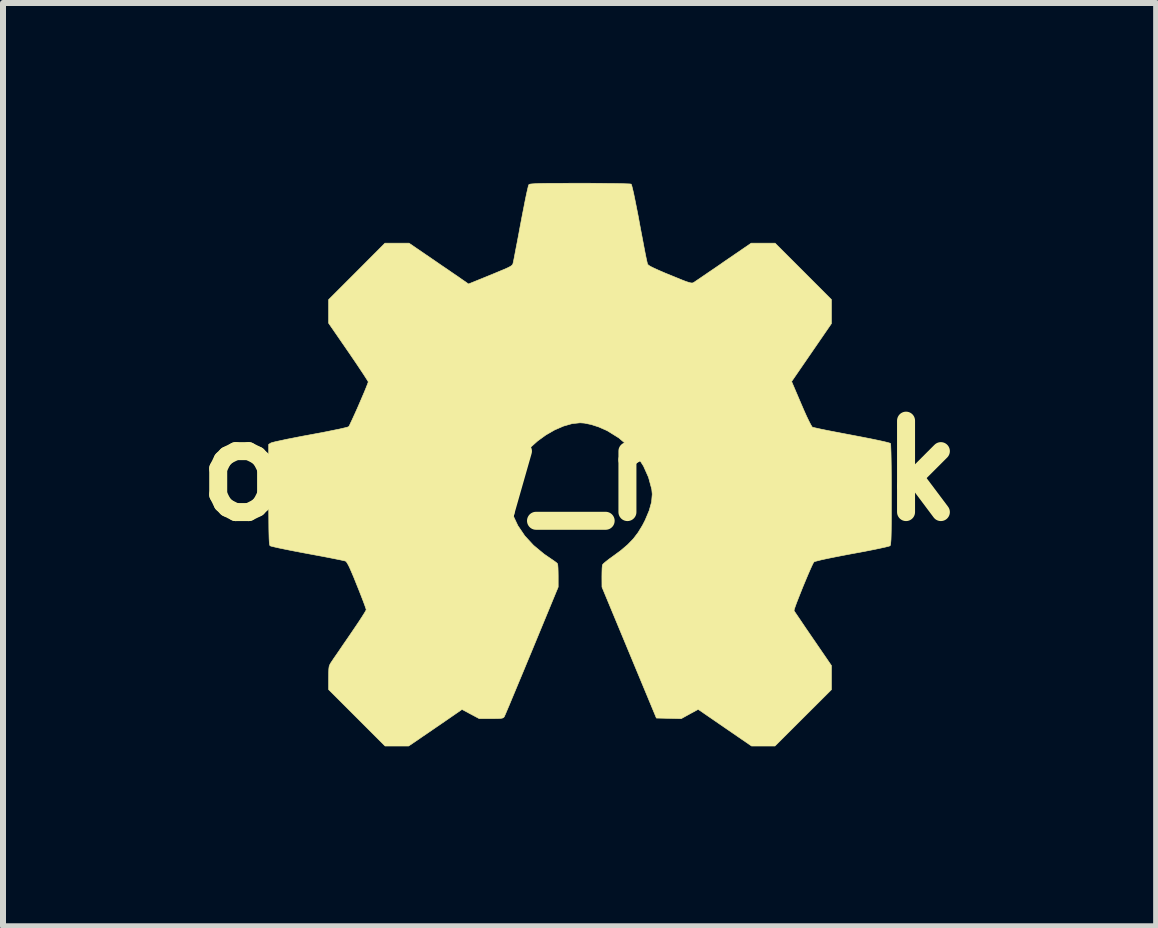
<source format=kicad_pcb>
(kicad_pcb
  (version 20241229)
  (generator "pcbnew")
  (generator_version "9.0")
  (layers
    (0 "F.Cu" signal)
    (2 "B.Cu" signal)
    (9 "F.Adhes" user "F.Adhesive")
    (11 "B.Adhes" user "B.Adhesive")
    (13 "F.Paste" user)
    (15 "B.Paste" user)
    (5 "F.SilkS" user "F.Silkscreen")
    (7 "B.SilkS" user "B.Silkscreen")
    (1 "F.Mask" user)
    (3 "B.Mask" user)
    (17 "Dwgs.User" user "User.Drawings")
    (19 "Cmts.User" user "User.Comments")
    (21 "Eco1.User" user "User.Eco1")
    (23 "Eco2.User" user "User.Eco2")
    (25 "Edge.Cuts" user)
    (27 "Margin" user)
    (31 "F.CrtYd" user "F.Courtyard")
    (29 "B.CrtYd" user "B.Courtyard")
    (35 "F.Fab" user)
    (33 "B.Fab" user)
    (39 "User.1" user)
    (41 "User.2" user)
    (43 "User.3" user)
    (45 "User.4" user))
  (footprint "oshw_mask"
    (layer "F.Cu")
    (at 6.611 4.797)
    (property "Reference" "oshw_mask" (at 0 0 0) (layer "F.SilkS") (effects (font (size 1.524 1.524) (thickness 0.3))))
    (attr through_hole)
    (fp_poly (pts (xy 0.171 -4.792) (xy 0.327 -4.791) (xy 0.468 -4.789) (xy 0.593 -4.788) (xy 0.698 -4.786) (xy 0.78 -4.783) (xy 0.835 -4.781) (xy 0.859 -4.778) (xy 0.86 -4.778) (xy 0.869 -4.758) (xy 0.882 -4.707) (xy 0.901 -4.627) (xy 0.923 -4.52) (xy 0.949 -4.39) (xy 0.979 -4.238) (xy 1 -4.122) (xy 1.027 -3.978) (xy 1.053 -3.843) (xy 1.076 -3.721) (xy 1.096 -3.617) (xy 1.113 -3.534) (xy 1.126 -3.476) (xy 1.133 -3.446) (xy 1.134 -3.444) (xy 1.148 -3.428) (xy 1.182 -3.406) (xy 1.239 -3.378) (xy 1.32 -3.341) (xy 1.429 -3.294) (xy 1.508 -3.262) (xy 1.623 -3.215) (xy 1.711 -3.179) (xy 1.776 -3.154) (xy 1.823 -3.139) (xy 1.855 -3.131) (xy 1.877 -3.129) (xy 1.894 -3.133) (xy 1.909 -3.142) (xy 1.911 -3.143) (xy 1.936 -3.16) (xy 1.985 -3.193) (xy 2.054 -3.24) (xy 2.14 -3.299) (xy 2.239 -3.366) (xy 2.347 -3.44) (xy 2.408 -3.483) (xy 2.861 -3.793) (xy 3.26 -3.793) (xy 3.73 -3.323) (xy 4.199 -2.853) (xy 4.199 -2.453) (xy 3.867 -1.97) (xy 3.535 -1.487) (xy 3.694 -1.115) (xy 3.741 -1.006) (xy 3.784 -0.91) (xy 3.823 -0.829) (xy 3.854 -0.769) (xy 3.875 -0.734) (xy 3.882 -0.726) (xy 3.905 -0.72) (xy 3.957 -0.708) (xy 4.035 -0.691) (xy 4.134 -0.671) (xy 4.252 -0.648) (xy 4.383 -0.623) (xy 4.525 -0.596) (xy 4.541 -0.593) (xy 4.703 -0.562) (xy 4.846 -0.534) (xy 4.967 -0.509) (xy 5.064 -0.488) (xy 5.134 -0.471) (xy 5.175 -0.459) (xy 5.184 -0.454) (xy 5.187 -0.433) (xy 5.189 -0.381) (xy 5.192 -0.303) (xy 5.194 -0.201) (xy 5.196 -0.078) (xy 5.197 0.062) (xy 5.198 0.216) (xy 5.198 0.38) (xy 5.198 0.4) (xy 5.198 0.594) (xy 5.198 0.756) (xy 5.197 0.89) (xy 5.196 0.999) (xy 5.194 1.083) (xy 5.192 1.148) (xy 5.188 1.194) (xy 5.185 1.225) (xy 5.18 1.244) (xy 5.175 1.252) (xy 5.153 1.259) (xy 5.102 1.272) (xy 5.025 1.289) (xy 4.927 1.31) (xy 4.811 1.333) (xy 4.681 1.358) (xy 4.544 1.383) (xy 4.391 1.412) (xy 4.253 1.439) (xy 4.134 1.463) (xy 4.037 1.484) (xy 3.965 1.502) (xy 3.921 1.514) (xy 3.909 1.52) (xy 3.895 1.541) (xy 3.872 1.588) (xy 3.842 1.655) (xy 3.806 1.738) (xy 3.767 1.831) (xy 3.726 1.929) (xy 3.687 2.027) (xy 3.65 2.12) (xy 3.618 2.202) (xy 3.594 2.268) (xy 3.579 2.314) (xy 3.576 2.333) (xy 3.586 2.35) (xy 3.614 2.391) (xy 3.656 2.453) (xy 3.71 2.533) (xy 3.774 2.628) (xy 3.846 2.733) (xy 3.89 2.797) (xy 4.199 3.248) (xy 4.199 3.65) (xy 3.258 4.589) (xy 2.867 4.589) (xy 2.423 4.284) (xy 1.978 3.978) (xy 1.836 4.055) (xy 1.695 4.133) (xy 1.488 4.128) (xy 1.281 4.123) (xy 0.374 1.939) (xy 0.373 1.767) (xy 0.374 1.691) (xy 0.376 1.627) (xy 0.38 1.582) (xy 0.383 1.568) (xy 0.4 1.548) (xy 0.44 1.514) (xy 0.495 1.471) (xy 0.548 1.433) (xy 0.688 1.33) (xy 0.802 1.233) (xy 0.896 1.136) (xy 0.976 1.031) (xy 1.048 0.913) (xy 1.094 0.824) (xy 1.161 0.665) (xy 1.201 0.521) (xy 1.212 0.391) (xy 1.204 0.309) (xy 1.15 0.11) (xy 1.066 -0.078) (xy 0.954 -0.253) (xy 0.816 -0.41) (xy 0.655 -0.547) (xy 0.472 -0.661) (xy 0.449 -0.673) (xy 0.322 -0.729) (xy 0.196 -0.77) (xy 0.079 -0.794) (xy 0.008 -0.799) (xy -0.124 -0.785) (xy -0.267 -0.744) (xy -0.415 -0.68) (xy -0.561 -0.596) (xy -0.699 -0.496) (xy -0.825 -0.383) (xy -0.903 -0.296) (xy -0.977 -0.189) (xy -1.049 -0.061) (xy -1.111 0.076) (xy -1.159 0.21) (xy -1.17 0.252) (xy -1.188 0.34) (xy -1.194 0.421) (xy -1.186 0.503) (xy -1.163 0.594) (xy -1.126 0.704) (xy -1.115 0.731) (xy -1.028 0.916) (xy -0.912 1.087) (xy -0.767 1.244) (xy -0.592 1.389) (xy -0.474 1.47) (xy -0.424 1.504) (xy -0.386 1.532) (xy -0.369 1.548) (xy -0.363 1.572) (xy -0.359 1.621) (xy -0.357 1.689) (xy -0.356 1.753) (xy -0.356 1.939) (xy -0.795 3.002) (xy -0.87 3.182) (xy -0.941 3.354) (xy -1.008 3.514) (xy -1.069 3.661) (xy -1.123 3.79) (xy -1.169 3.901) (xy -1.207 3.99) (xy -1.234 4.054) (xy -1.25 4.09) (xy -1.253 4.098) (xy -1.264 4.112) (xy -1.281 4.122) (xy -1.311 4.128) (xy -1.36 4.131) (xy -1.435 4.132) (xy -1.472 4.132) (xy -1.673 4.132) (xy -1.816 4.056) (xy -1.959 3.979) (xy -2.237 4.171) (xy -2.336 4.239) (xy -2.44 4.31) (xy -2.539 4.378) (xy -2.626 4.437) (xy -2.682 4.476) (xy -2.849 4.589) (xy -3.242 4.589) (xy -3.712 4.119) (xy -4.183 3.648) (xy -4.183 3.452) (xy -4.182 3.367) (xy -4.18 3.308) (xy -4.175 3.267) (xy -4.164 3.235) (xy -4.147 3.204) (xy -4.126 3.173) (xy -4.102 3.136) (xy -4.061 3.077) (xy -4.007 2.999) (xy -3.945 2.907) (xy -3.876 2.807) (xy -3.813 2.715) (xy -3.745 2.615) (xy -3.683 2.523) (xy -3.631 2.443) (xy -3.591 2.38) (xy -3.565 2.336) (xy -3.556 2.317) (xy -3.562 2.296) (xy -3.579 2.247) (xy -3.605 2.177) (xy -3.639 2.089) (xy -3.679 1.987) (xy -3.711 1.908) (xy -3.763 1.778) (xy -3.806 1.677) (xy -3.839 1.602) (xy -3.866 1.551) (xy -3.886 1.52) (xy -3.901 1.506) (xy -3.901 1.506) (xy -3.926 1.5) (xy -3.98 1.488) (xy -4.059 1.472) (xy -4.159 1.452) (xy -4.277 1.429) (xy -4.407 1.405) (xy -4.536 1.381) (xy -4.675 1.355) (xy -4.804 1.33) (xy -4.918 1.307) (xy -5.015 1.287) (xy -5.09 1.27) (xy -5.139 1.258) (xy -5.159 1.251) (xy -5.164 1.241) (xy -5.168 1.22) (xy -5.172 1.185) (xy -5.175 1.133) (xy -5.177 1.062) (xy -5.179 0.969) (xy -5.18 0.851) (xy -5.181 0.707) (xy -5.182 0.533) (xy -5.182 0.396) (xy -5.182 -0.439) (xy -5.144 -0.463) (xy -5.119 -0.471) (xy -5.064 -0.485) (xy -4.984 -0.502) (xy -4.883 -0.524) (xy -4.765 -0.547) (xy -4.633 -0.573) (xy -4.491 -0.599) (xy -4.487 -0.6) (xy -4.346 -0.626) (xy -4.216 -0.651) (xy -4.099 -0.675) (xy -4 -0.695) (xy -3.923 -0.713) (xy -3.871 -0.726) (xy -3.849 -0.734) (xy -3.848 -0.734) (xy -3.836 -0.754) (xy -3.814 -0.801) (xy -3.783 -0.867) (xy -3.746 -0.948) (xy -3.705 -1.039) (xy -3.664 -1.134) (xy -3.624 -1.227) (xy -3.587 -1.313) (xy -3.557 -1.387) (xy -3.535 -1.443) (xy -3.523 -1.476) (xy -3.522 -1.481) (xy -3.531 -1.499) (xy -3.558 -1.541) (xy -3.599 -1.605) (xy -3.653 -1.686) (xy -3.717 -1.782) (xy -3.79 -1.889) (xy -3.852 -1.98) (xy -4.183 -2.46) (xy -4.183 -2.852) (xy -3.713 -3.322) (xy -3.244 -3.793) (xy -2.842 -3.793) (xy -2.416 -3.502) (xy -2.306 -3.426) (xy -2.201 -3.355) (xy -2.107 -3.29) (xy -2.027 -3.236) (xy -1.966 -3.193) (xy -1.927 -3.166) (xy -1.92 -3.162) (xy -1.851 -3.113) (xy -1.531 -3.243) (xy -1.407 -3.294) (xy -1.311 -3.334) (xy -1.239 -3.364) (xy -1.187 -3.388) (xy -1.153 -3.406) (xy -1.131 -3.421) (xy -1.118 -3.434) (xy -1.111 -3.448) (xy -1.11 -3.453) (xy -1.104 -3.477) (xy -1.093 -3.53) (xy -1.078 -3.609) (xy -1.059 -3.709) (xy -1.036 -3.827) (xy -1.011 -3.959) (xy -0.985 -4.101) (xy -0.982 -4.115) (xy -0.955 -4.258) (xy -0.929 -4.39) (xy -0.906 -4.508) (xy -0.885 -4.609) (xy -0.867 -4.689) (xy -0.854 -4.743) (xy -0.846 -4.768) (xy -0.845 -4.768) (xy -0.836 -4.774) (xy -0.816 -4.779) (xy -0.784 -4.782) (xy -0.735 -4.785) (xy -0.669 -4.788) (xy -0.581 -4.79) (xy -0.47 -4.791) (xy -0.333 -4.791) (xy -0.167 -4.792) (xy 0.006 -4.792) (xy 0.171 -4.792)) (stroke (width 0.01) (type solid)) (fill yes) (layer "F.SilkS")))
  (gr_rect
    (start -3 -3)
    (end 16.223 12.391)
    (stroke (width 0.1) (type default))
    (fill no)
    (layer "Edge.Cuts")))
</source>
